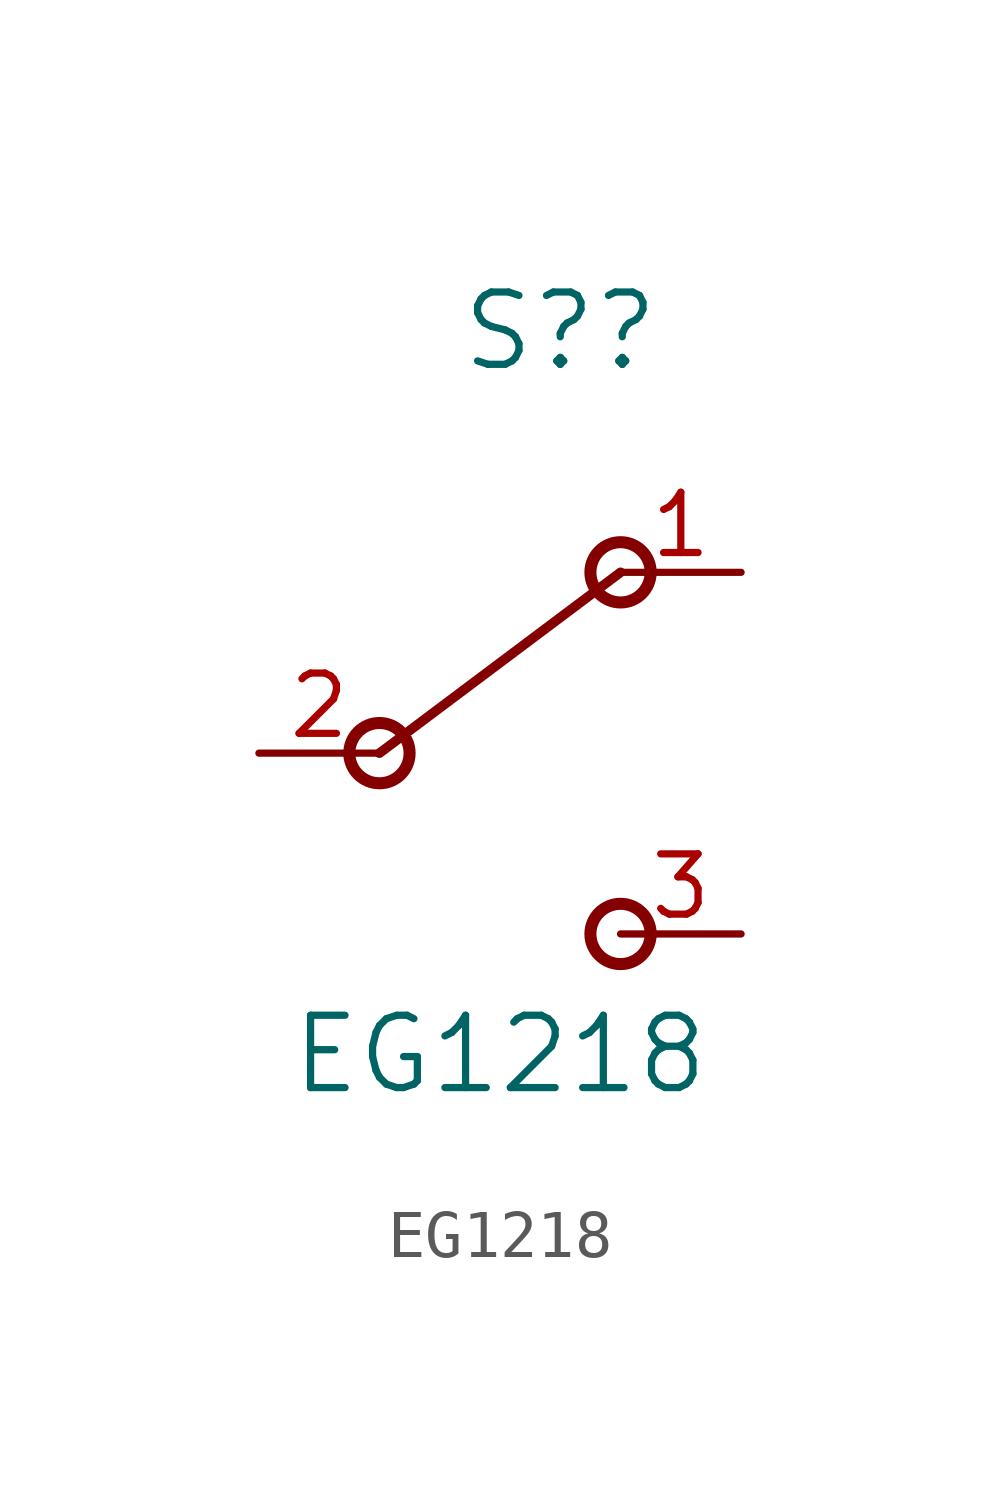
<source format=kicad_sym>
(kicad_symbol_lib
  (version 20220914)
  (generator kicad_symbol_editor)
  (symbol "EG1218"
    (pin_names
      (offset 0.254))
    (property "Reference" "S?"
      (at 3.81 8.89 0)
      (effects (font (size 1.524 1.524))))
    (property "Value" "EG1218"
      (at 2.54 -6.35 0)
      (effects (font (size 1.524 1.524))))
    (property "ki_locked" ""
      (at 0 0 0)
      (effects (font (size 1.27 1.27))))
    (symbol "EG1218_0_1"
      (polyline (pts (xy 5.08 3.81) (xy 0 0)) (stroke (width 0.203) (type default)) (fill (type none)))
      (circle (center 0 0) (radius 0.635) (stroke (width 0.254) (type default)) (fill (type none)))
      (circle (center 5.08 -3.81) (radius 0.635) (stroke (width 0.254) (type default)) (fill (type none)))
      (circle (center 5.08 3.81) (radius 0.635) (stroke (width 0.254) (type default)) (fill (type none))))
    (symbol "EG1218_1_1"
      (pin passive line (at 7.62 3.81 180) (length 2.54) (name "" (effects (font (size 1.27 1.27)))) (number "1" (effects (font (size 1.27 1.27)))))
      (pin passive line (at -2.54 0 0) (length 2.54) (name "" (effects (font (size 1.27 1.27)))) (number "2" (effects (font (size 1.27 1.27)))))
      (pin passive line (at 7.62 -3.81 180) (length 2.54) (name "" (effects (font (size 1.27 1.27)))) (number "3" (effects (font (size 1.27 1.27))))))))
</source>
